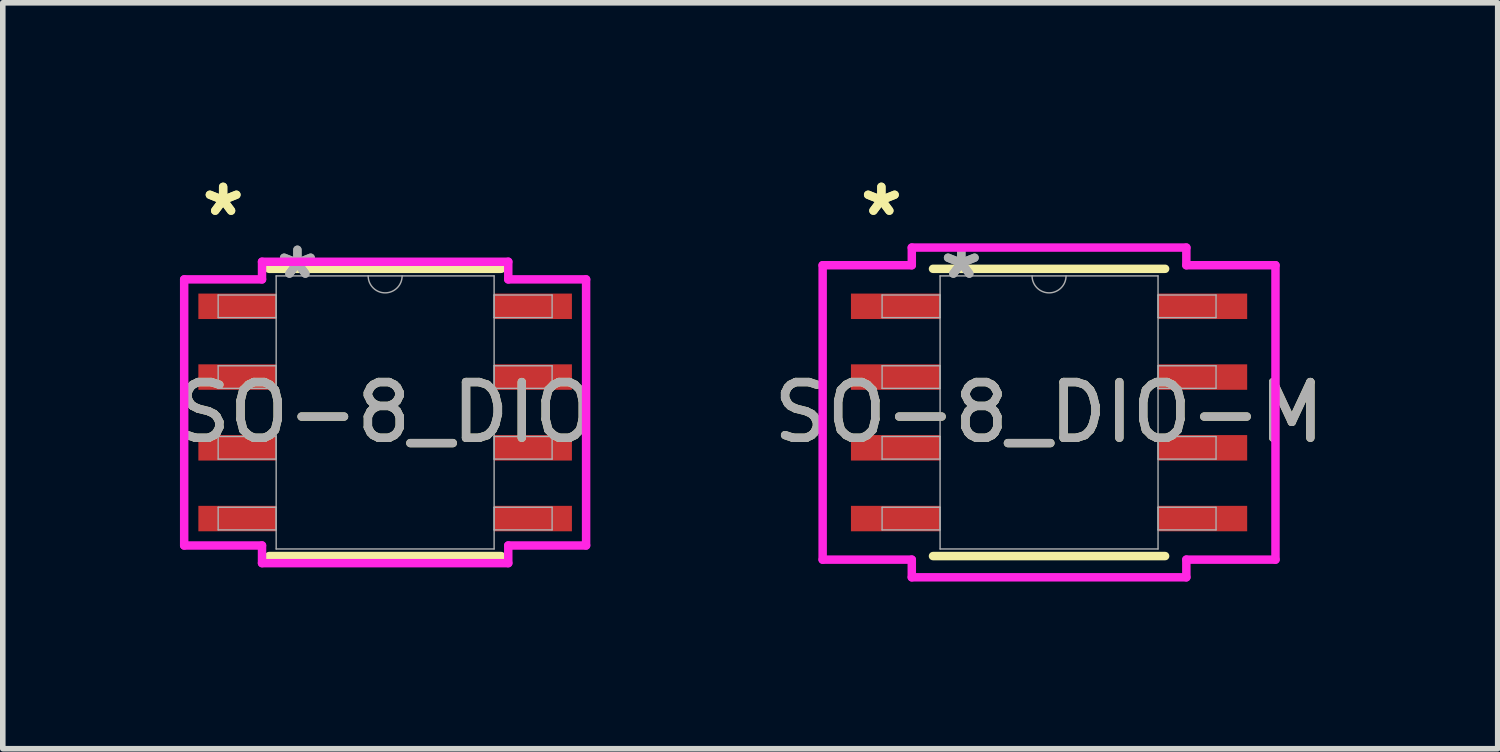
<source format=kicad_pcb>
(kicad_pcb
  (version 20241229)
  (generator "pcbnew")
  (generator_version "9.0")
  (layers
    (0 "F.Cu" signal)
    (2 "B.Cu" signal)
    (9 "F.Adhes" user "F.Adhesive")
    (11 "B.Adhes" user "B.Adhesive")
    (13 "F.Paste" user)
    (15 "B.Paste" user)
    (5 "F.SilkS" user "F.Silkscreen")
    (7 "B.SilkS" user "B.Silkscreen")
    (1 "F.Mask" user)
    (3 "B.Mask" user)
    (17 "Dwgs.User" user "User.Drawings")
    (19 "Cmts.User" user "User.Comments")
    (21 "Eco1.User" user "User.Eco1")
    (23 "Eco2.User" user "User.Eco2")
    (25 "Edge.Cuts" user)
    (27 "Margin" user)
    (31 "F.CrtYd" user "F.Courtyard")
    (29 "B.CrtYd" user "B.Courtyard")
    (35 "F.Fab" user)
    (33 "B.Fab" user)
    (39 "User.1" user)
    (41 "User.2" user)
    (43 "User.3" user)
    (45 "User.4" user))
  (footprint "SO-8_DIO"
    (layer "F.Cu")
    (at 3.863 4.353)
    (property "Reference" "SO-8_DIO" (at 0 0 0) (unlocked yes) (layer "F.SilkS") (effects (font (size 1 1) (thickness 0.15))))
    (attr smd)
    (fp_line (start -2.083 2.578) (end 2.083 2.578) (stroke (width 0.152) (type solid)) (layer "F.SilkS"))
    (fp_line (start 2.083 -2.578) (end -2.083 -2.578) (stroke (width 0.152) (type solid)) (layer "F.SilkS"))
    (fp_line (start -3.607 -2.388) (end -2.21 -2.388) (stroke (width 0.152) (type solid)) (layer "F.CrtYd"))
    (fp_line (start -3.607 2.388) (end -3.607 -2.388) (stroke (width 0.152) (type solid)) (layer "F.CrtYd"))
    (fp_line (start -3.607 2.388) (end -2.21 2.388) (stroke (width 0.152) (type solid)) (layer "F.CrtYd"))
    (fp_line (start -2.21 -2.705) (end 2.21 -2.705) (stroke (width 0.152) (type solid)) (layer "F.CrtYd"))
    (fp_line (start -2.21 -2.388) (end -2.21 -2.705) (stroke (width 0.152) (type solid)) (layer "F.CrtYd"))
    (fp_line (start -2.21 2.705) (end -2.21 2.388) (stroke (width 0.152) (type solid)) (layer "F.CrtYd"))
    (fp_line (start 2.21 -2.705) (end 2.21 -2.388) (stroke (width 0.152) (type solid)) (layer "F.CrtYd"))
    (fp_line (start 2.21 2.388) (end 2.21 2.705) (stroke (width 0.152) (type solid)) (layer "F.CrtYd"))
    (fp_line (start 2.21 2.705) (end -2.21 2.705) (stroke (width 0.152) (type solid)) (layer "F.CrtYd"))
    (fp_line (start 3.607 -2.388) (end 2.21 -2.388) (stroke (width 0.152) (type solid)) (layer "F.CrtYd"))
    (fp_line (start 3.607 -2.388) (end 3.607 2.388) (stroke (width 0.152) (type solid)) (layer "F.CrtYd"))
    (fp_line (start 3.607 2.388) (end 2.21 2.388) (stroke (width 0.152) (type solid)) (layer "F.CrtYd"))
    (fp_line (start -2.997 -2.108) (end -2.997 -1.702) (stroke (width 0.025) (type solid)) (layer "F.Fab"))
    (fp_line (start -2.997 -1.702) (end -1.956 -1.702) (stroke (width 0.025) (type solid)) (layer "F.Fab"))
    (fp_line (start -2.997 -0.838) (end -2.997 -0.432) (stroke (width 0.025) (type solid)) (layer "F.Fab"))
    (fp_line (start -2.997 -0.432) (end -1.956 -0.432) (stroke (width 0.025) (type solid)) (layer "F.Fab"))
    (fp_line (start -2.997 0.432) (end -2.997 0.838) (stroke (width 0.025) (type solid)) (layer "F.Fab"))
    (fp_line (start -2.997 0.838) (end -1.956 0.838) (stroke (width 0.025) (type solid)) (layer "F.Fab"))
    (fp_line (start -2.997 1.702) (end -2.997 2.108) (stroke (width 0.025) (type solid)) (layer "F.Fab"))
    (fp_line (start -2.997 2.108) (end -1.956 2.108) (stroke (width 0.025) (type solid)) (layer "F.Fab"))
    (fp_line (start -1.956 -2.451) (end -1.956 2.451) (stroke (width 0.025) (type solid)) (layer "F.Fab"))
    (fp_line (start -1.956 -2.108) (end -2.997 -2.108) (stroke (width 0.025) (type solid)) (layer "F.Fab"))
    (fp_line (start -1.956 -1.702) (end -1.956 -2.108) (stroke (width 0.025) (type solid)) (layer "F.Fab"))
    (fp_line (start -1.956 -0.838) (end -2.997 -0.838) (stroke (width 0.025) (type solid)) (layer "F.Fab"))
    (fp_line (start -1.956 -0.432) (end -1.956 -0.838) (stroke (width 0.025) (type solid)) (layer "F.Fab"))
    (fp_line (start -1.956 0.432) (end -2.997 0.432) (stroke (width 0.025) (type solid)) (layer "F.Fab"))
    (fp_line (start -1.956 0.838) (end -1.956 0.432) (stroke (width 0.025) (type solid)) (layer "F.Fab"))
    (fp_line (start -1.956 1.702) (end -2.997 1.702) (stroke (width 0.025) (type solid)) (layer "F.Fab"))
    (fp_line (start -1.956 2.108) (end -1.956 1.702) (stroke (width 0.025) (type solid)) (layer "F.Fab"))
    (fp_line (start -1.956 2.451) (end 1.956 2.451) (stroke (width 0.025) (type solid)) (layer "F.Fab"))
    (fp_line (start 1.956 -2.451) (end -1.956 -2.451) (stroke (width 0.025) (type solid)) (layer "F.Fab"))
    (fp_line (start 1.956 -2.108) (end 1.956 -1.702) (stroke (width 0.025) (type solid)) (layer "F.Fab"))
    (fp_line (start 1.956 -1.702) (end 2.997 -1.702) (stroke (width 0.025) (type solid)) (layer "F.Fab"))
    (fp_line (start 1.956 -0.838) (end 1.956 -0.432) (stroke (width 0.025) (type solid)) (layer "F.Fab"))
    (fp_line (start 1.956 -0.432) (end 2.997 -0.432) (stroke (width 0.025) (type solid)) (layer "F.Fab"))
    (fp_line (start 1.956 0.432) (end 1.956 0.838) (stroke (width 0.025) (type solid)) (layer "F.Fab"))
    (fp_line (start 1.956 0.838) (end 2.997 0.838) (stroke (width 0.025) (type solid)) (layer "F.Fab"))
    (fp_line (start 1.956 1.702) (end 1.956 2.108) (stroke (width 0.025) (type solid)) (layer "F.Fab"))
    (fp_line (start 1.956 2.108) (end 2.997 2.108) (stroke (width 0.025) (type solid)) (layer "F.Fab"))
    (fp_line (start 1.956 2.451) (end 1.956 -2.451) (stroke (width 0.025) (type solid)) (layer "F.Fab"))
    (fp_line (start 2.997 -2.108) (end 1.956 -2.108) (stroke (width 0.025) (type solid)) (layer "F.Fab"))
    (fp_line (start 2.997 -1.702) (end 2.997 -2.108) (stroke (width 0.025) (type solid)) (layer "F.Fab"))
    (fp_line (start 2.997 -0.838) (end 1.956 -0.838) (stroke (width 0.025) (type solid)) (layer "F.Fab"))
    (fp_line (start 2.997 -0.432) (end 2.997 -0.838) (stroke (width 0.025) (type solid)) (layer "F.Fab"))
    (fp_line (start 2.997 0.432) (end 1.956 0.432) (stroke (width 0.025) (type solid)) (layer "F.Fab"))
    (fp_line (start 2.997 0.838) (end 2.997 0.432) (stroke (width 0.025) (type solid)) (layer "F.Fab"))
    (fp_line (start 2.997 1.702) (end 1.956 1.702) (stroke (width 0.025) (type solid)) (layer "F.Fab"))
    (fp_line (start 2.997 2.108) (end 2.997 1.702) (stroke (width 0.025) (type solid)) (layer "F.Fab"))
    (fp_arc (start 0.3048 -2.4511) (mid 0 -2.1463) (end -0.3048 -2.4511) (stroke (width 0.0254) (type solid)) (layer "F.Fab"))
    (fp_text user "*" (at -2.908 -3.505 0) (layer "F.SilkS") (effects (font (size 1 1) (thickness 0.15))))
    (fp_text user "*" (at -2.908 -3.505 0) (unlocked yes) (layer "F.SilkS") (effects (font (size 1 1) (thickness 0.15))))
    (fp_text user "${REFERENCE}" (at 0 0 0) (unlocked yes) (layer "F.Fab") (effects (font (size 1 1) (thickness 0.15))))
    (fp_text user "*" (at -1.575 -2.375 0) (layer "F.Fab") (effects (font (size 1 1) (thickness 0.15))))
    (fp_text user "*" (at -1.575 -2.375 0) (unlocked yes) (layer "F.Fab") (effects (font (size 1 1) (thickness 0.15))))
    (pad "1" smd rect (at -2.654 -1.905) (size 1.397 0.457) (layers "F.Cu" "F.Mask" "F.Paste"))
    (pad "2" smd rect (at -2.654 -0.635) (size 1.397 0.457) (layers "F.Cu" "F.Mask" "F.Paste"))
    (pad "3" smd rect (at -2.654 0.635) (size 1.397 0.457) (layers "F.Cu" "F.Mask" "F.Paste"))
    (pad "4" smd rect (at -2.654 1.905) (size 1.397 0.457) (layers "F.Cu" "F.Mask" "F.Paste"))
    (pad "5" smd rect (at 2.654 1.905) (size 1.397 0.457) (layers "F.Cu" "F.Mask" "F.Paste"))
    (pad "6" smd rect (at 2.654 0.635) (size 1.397 0.457) (layers "F.Cu" "F.Mask" "F.Paste"))
    (pad "7" smd rect (at 2.654 -0.635) (size 1.397 0.457) (layers "F.Cu" "F.Mask" "F.Paste"))
    (pad "8" smd rect (at 2.654 -1.905) (size 1.397 0.457) (layers "F.Cu" "F.Mask" "F.Paste")))
  (footprint "SO-8_DIO-M"
    (layer "F.Cu")
    (at 15.78 4.353)
    (property "Reference" "SO-8_DIO-M" (at 0 0 0) (unlocked yes) (layer "F.SilkS") (effects (font (size 1 1) (thickness 0.15))))
    (attr smd)
    (fp_line (start -2.083 2.578) (end 2.083 2.578) (stroke (width 0.152) (type solid)) (layer "F.SilkS"))
    (fp_line (start 2.083 -2.578) (end -2.083 -2.578) (stroke (width 0.152) (type solid)) (layer "F.SilkS"))
    (fp_line (start -4.064 -2.642) (end -2.464 -2.642) (stroke (width 0.152) (type solid)) (layer "F.CrtYd"))
    (fp_line (start -4.064 2.642) (end -4.064 -2.642) (stroke (width 0.152) (type solid)) (layer "F.CrtYd"))
    (fp_line (start -4.064 2.642) (end -2.464 2.642) (stroke (width 0.152) (type solid)) (layer "F.CrtYd"))
    (fp_line (start -2.464 -2.959) (end 2.464 -2.959) (stroke (width 0.152) (type solid)) (layer "F.CrtYd"))
    (fp_line (start -2.464 -2.642) (end -2.464 -2.959) (stroke (width 0.152) (type solid)) (layer "F.CrtYd"))
    (fp_line (start -2.464 2.959) (end -2.464 2.642) (stroke (width 0.152) (type solid)) (layer "F.CrtYd"))
    (fp_line (start 2.464 -2.959) (end 2.464 -2.642) (stroke (width 0.152) (type solid)) (layer "F.CrtYd"))
    (fp_line (start 2.464 2.642) (end 2.464 2.959) (stroke (width 0.152) (type solid)) (layer "F.CrtYd"))
    (fp_line (start 2.464 2.959) (end -2.464 2.959) (stroke (width 0.152) (type solid)) (layer "F.CrtYd"))
    (fp_line (start 4.064 -2.642) (end 2.464 -2.642) (stroke (width 0.152) (type solid)) (layer "F.CrtYd"))
    (fp_line (start 4.064 -2.642) (end 4.064 2.642) (stroke (width 0.152) (type solid)) (layer "F.CrtYd"))
    (fp_line (start 4.064 2.642) (end 2.464 2.642) (stroke (width 0.152) (type solid)) (layer "F.CrtYd"))
    (fp_line (start -2.997 -2.108) (end -2.997 -1.702) (stroke (width 0.025) (type solid)) (layer "F.Fab"))
    (fp_line (start -2.997 -1.702) (end -1.956 -1.702) (stroke (width 0.025) (type solid)) (layer "F.Fab"))
    (fp_line (start -2.997 -0.838) (end -2.997 -0.432) (stroke (width 0.025) (type solid)) (layer "F.Fab"))
    (fp_line (start -2.997 -0.432) (end -1.956 -0.432) (stroke (width 0.025) (type solid)) (layer "F.Fab"))
    (fp_line (start -2.997 0.432) (end -2.997 0.838) (stroke (width 0.025) (type solid)) (layer "F.Fab"))
    (fp_line (start -2.997 0.838) (end -1.956 0.838) (stroke (width 0.025) (type solid)) (layer "F.Fab"))
    (fp_line (start -2.997 1.702) (end -2.997 2.108) (stroke (width 0.025) (type solid)) (layer "F.Fab"))
    (fp_line (start -2.997 2.108) (end -1.956 2.108) (stroke (width 0.025) (type solid)) (layer "F.Fab"))
    (fp_line (start -1.956 -2.451) (end -1.956 2.451) (stroke (width 0.025) (type solid)) (layer "F.Fab"))
    (fp_line (start -1.956 -2.108) (end -2.997 -2.108) (stroke (width 0.025) (type solid)) (layer "F.Fab"))
    (fp_line (start -1.956 -1.702) (end -1.956 -2.108) (stroke (width 0.025) (type solid)) (layer "F.Fab"))
    (fp_line (start -1.956 -0.838) (end -2.997 -0.838) (stroke (width 0.025) (type solid)) (layer "F.Fab"))
    (fp_line (start -1.956 -0.432) (end -1.956 -0.838) (stroke (width 0.025) (type solid)) (layer "F.Fab"))
    (fp_line (start -1.956 0.432) (end -2.997 0.432) (stroke (width 0.025) (type solid)) (layer "F.Fab"))
    (fp_line (start -1.956 0.838) (end -1.956 0.432) (stroke (width 0.025) (type solid)) (layer "F.Fab"))
    (fp_line (start -1.956 1.702) (end -2.997 1.702) (stroke (width 0.025) (type solid)) (layer "F.Fab"))
    (fp_line (start -1.956 2.108) (end -1.956 1.702) (stroke (width 0.025) (type solid)) (layer "F.Fab"))
    (fp_line (start -1.956 2.451) (end 1.956 2.451) (stroke (width 0.025) (type solid)) (layer "F.Fab"))
    (fp_line (start 1.956 -2.451) (end -1.956 -2.451) (stroke (width 0.025) (type solid)) (layer "F.Fab"))
    (fp_line (start 1.956 -2.108) (end 1.956 -1.702) (stroke (width 0.025) (type solid)) (layer "F.Fab"))
    (fp_line (start 1.956 -1.702) (end 2.997 -1.702) (stroke (width 0.025) (type solid)) (layer "F.Fab"))
    (fp_line (start 1.956 -0.838) (end 1.956 -0.432) (stroke (width 0.025) (type solid)) (layer "F.Fab"))
    (fp_line (start 1.956 -0.432) (end 2.997 -0.432) (stroke (width 0.025) (type solid)) (layer "F.Fab"))
    (fp_line (start 1.956 0.432) (end 1.956 0.838) (stroke (width 0.025) (type solid)) (layer "F.Fab"))
    (fp_line (start 1.956 0.838) (end 2.997 0.838) (stroke (width 0.025) (type solid)) (layer "F.Fab"))
    (fp_line (start 1.956 1.702) (end 1.956 2.108) (stroke (width 0.025) (type solid)) (layer "F.Fab"))
    (fp_line (start 1.956 2.108) (end 2.997 2.108) (stroke (width 0.025) (type solid)) (layer "F.Fab"))
    (fp_line (start 1.956 2.451) (end 1.956 -2.451) (stroke (width 0.025) (type solid)) (layer "F.Fab"))
    (fp_line (start 2.997 -2.108) (end 1.956 -2.108) (stroke (width 0.025) (type solid)) (layer "F.Fab"))
    (fp_line (start 2.997 -1.702) (end 2.997 -2.108) (stroke (width 0.025) (type solid)) (layer "F.Fab"))
    (fp_line (start 2.997 -0.838) (end 1.956 -0.838) (stroke (width 0.025) (type solid)) (layer "F.Fab"))
    (fp_line (start 2.997 -0.432) (end 2.997 -0.838) (stroke (width 0.025) (type solid)) (layer "F.Fab"))
    (fp_line (start 2.997 0.432) (end 1.956 0.432) (stroke (width 0.025) (type solid)) (layer "F.Fab"))
    (fp_line (start 2.997 0.838) (end 2.997 0.432) (stroke (width 0.025) (type solid)) (layer "F.Fab"))
    (fp_line (start 2.997 1.702) (end 1.956 1.702) (stroke (width 0.025) (type solid)) (layer "F.Fab"))
    (fp_line (start 2.997 2.108) (end 2.997 1.702) (stroke (width 0.025) (type solid)) (layer "F.Fab"))
    (fp_arc (start 0.3048 -2.4511) (mid 0 -2.1463) (end -0.3048 -2.4511) (stroke (width 0.0254) (type solid)) (layer "F.Fab"))
    (fp_text user "*" (at -3.01 -3.505 0) (layer "F.SilkS") (effects (font (size 1 1) (thickness 0.15))))
    (fp_text user "*" (at -3.01 -3.505 0) (unlocked yes) (layer "F.SilkS") (effects (font (size 1 1) (thickness 0.15))))
    (fp_text user "${REFERENCE}" (at 0 0 0) (unlocked yes) (layer "F.Fab") (effects (font (size 1 1) (thickness 0.15))))
    (fp_text user "*" (at -1.575 -2.375 0) (unlocked yes) (layer "F.Fab") (effects (font (size 1 1) (thickness 0.15))))
    (fp_text user "*" (at -1.575 -2.375 0) (layer "F.Fab") (effects (font (size 1 1) (thickness 0.15))))
    (pad "1" smd rect (at -2.756 -1.905) (size 1.6 0.457) (layers "F.Cu" "F.Mask" "F.Paste"))
    (pad "2" smd rect (at -2.756 -0.635) (size 1.6 0.457) (layers "F.Cu" "F.Mask" "F.Paste"))
    (pad "3" smd rect (at -2.756 0.635) (size 1.6 0.457) (layers "F.Cu" "F.Mask" "F.Paste"))
    (pad "4" smd rect (at -2.756 1.905) (size 1.6 0.457) (layers "F.Cu" "F.Mask" "F.Paste"))
    (pad "5" smd rect (at 2.756 1.905) (size 1.6 0.457) (layers "F.Cu" "F.Mask" "F.Paste"))
    (pad "6" smd rect (at 2.756 0.635) (size 1.6 0.457) (layers "F.Cu" "F.Mask" "F.Paste"))
    (pad "7" smd rect (at 2.756 -0.635) (size 1.6 0.457) (layers "F.Cu" "F.Mask" "F.Paste"))
    (pad "8" smd rect (at 2.756 -1.905) (size 1.6 0.457) (layers "F.Cu" "F.Mask" "F.Paste")))
  (gr_rect
    (start -3 -3)
    (end 23.833 10.389)
    (stroke (width 0.1) (type default))
    (fill no)
    (layer "Edge.Cuts")))
</source>
